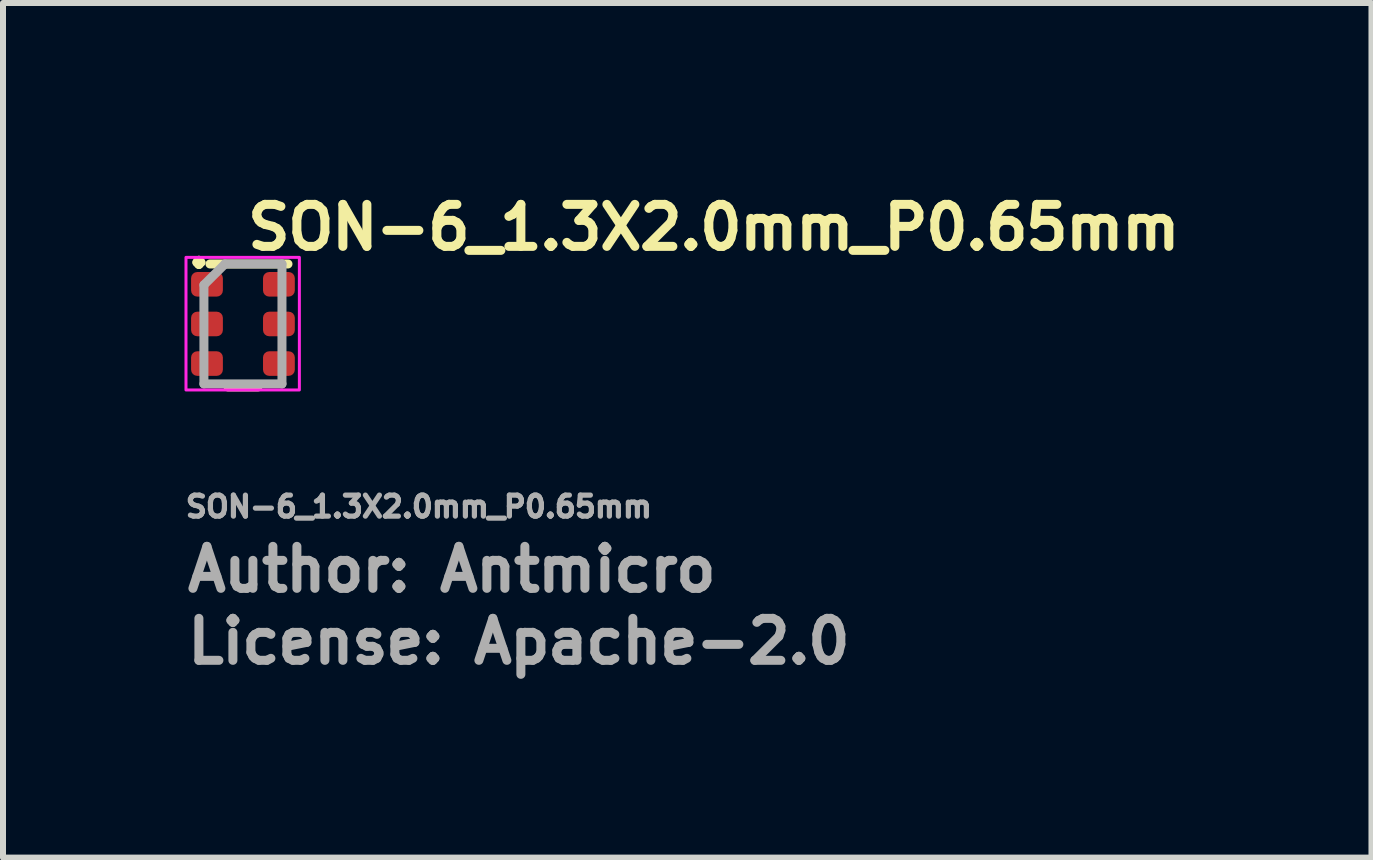
<source format=kicad_pcb>
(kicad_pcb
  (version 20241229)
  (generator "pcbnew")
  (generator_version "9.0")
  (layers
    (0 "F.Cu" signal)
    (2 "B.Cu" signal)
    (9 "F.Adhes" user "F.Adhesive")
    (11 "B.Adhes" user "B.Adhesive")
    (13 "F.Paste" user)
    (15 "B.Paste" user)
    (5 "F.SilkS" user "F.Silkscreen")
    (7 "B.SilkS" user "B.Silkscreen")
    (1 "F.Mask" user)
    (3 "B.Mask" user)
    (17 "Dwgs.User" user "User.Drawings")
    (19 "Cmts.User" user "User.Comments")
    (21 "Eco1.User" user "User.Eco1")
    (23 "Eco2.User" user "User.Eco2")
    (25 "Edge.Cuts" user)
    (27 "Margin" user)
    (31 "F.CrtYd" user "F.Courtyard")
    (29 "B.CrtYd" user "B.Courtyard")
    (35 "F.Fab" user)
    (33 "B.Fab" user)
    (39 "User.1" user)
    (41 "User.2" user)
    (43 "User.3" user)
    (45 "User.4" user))
  (footprint "SON-6_1.3X2.0mm_P0.65mm"
    (layer "F.Cu")
    (at 1 2.35)
    (property "Reference" "SON-6_1.3X2.0mm_P0.65mm" (at 0 -1.2 0) (unlocked yes) (layer "F.SilkS") (effects (font (size 0.7 0.7) (thickness 0.15)) (justify left bottom)))
    (attr smd)
    (fp_line (start -0.249 1.05) (end 0.249 1.05) (stroke (width 0.15) (type solid)) (layer "F.SilkS"))
    (fp_line (start 0.75 -1) (end -0.55 -1) (stroke (width 0.15) (type solid)) (layer "F.SilkS"))
    (fp_rect (start -0.95 1.1) (end 0.94 -1.11) (stroke (width 0.05) (type solid)) (fill no) (layer "F.CrtYd"))
    (fp_line (start -0.651 -0.651) (end -0.3 -1) (stroke (width 0.15) (type solid)) (layer "F.Fab"))
    (fp_line (start -0.651 0.999) (end -0.651 -0.651) (stroke (width 0.15) (type solid)) (layer "F.Fab"))
    (fp_line (start -0.3 -1) (end 0.65 -1) (stroke (width 0.15) (type solid)) (layer "F.Fab"))
    (fp_line (start 0.65 -1) (end 0.65 0.999) (stroke (width 0.15) (type solid)) (layer "F.Fab"))
    (fp_line (start 0.65 0.999) (end -0.651 0.999) (stroke (width 0.15) (type solid)) (layer "F.Fab"))
    (fp_line (start -0.648 -1.016) (end -0.648 1.016) (stroke (width 0.1) (type solid)) (layer "User.9"))
    (fp_line (start -0.648 1.016) (end 0.648 1.016) (stroke (width 0.1) (type solid)) (layer "User.9"))
    (fp_line (start -0.55 -0.65) (end -0.547 -0.635) (stroke (width 0.1) (type solid)) (layer "User.9"))
    (fp_line (start -0.547 -0.665) (end -0.55 -0.65) (stroke (width 0.1) (type solid)) (layer "User.9"))
    (fp_line (start -0.547 -0.635) (end -0.536 -0.623) (stroke (width 0.1) (type solid)) (layer "User.9"))
    (fp_line (start -0.536 -0.677) (end -0.547 -0.665) (stroke (width 0.1) (type solid)) (layer "User.9"))
    (fp_line (start -0.536 -0.623) (end -0.522 -0.618) (stroke (width 0.1) (type solid)) (layer "User.9"))
    (fp_line (start -0.522 -0.682) (end -0.536 -0.677) (stroke (width 0.1) (type solid)) (layer "User.9"))
    (fp_line (start -0.522 -0.618) (end -0.507 -0.62) (stroke (width 0.1) (type solid)) (layer "User.9"))
    (fp_line (start -0.507 -0.68) (end -0.522 -0.682) (stroke (width 0.1) (type solid)) (layer "User.9"))
    (fp_line (start -0.507 -0.62) (end -0.494 -0.629) (stroke (width 0.1) (type solid)) (layer "User.9"))
    (fp_line (start -0.494 -0.671) (end -0.507 -0.68) (stroke (width 0.1) (type solid)) (layer "User.9"))
    (fp_line (start -0.494 -0.629) (end -0.487 -0.642) (stroke (width 0.1) (type solid)) (layer "User.9"))
    (fp_line (start -0.487 -0.658) (end -0.494 -0.671) (stroke (width 0.1) (type solid)) (layer "User.9"))
    (fp_line (start -0.487 -0.642) (end -0.487 -0.658) (stroke (width 0.1) (type solid)) (layer "User.9"))
    (fp_line (start 0.648 -1.016) (end -0.648 -1.016) (stroke (width 0.1) (type solid)) (layer "User.9"))
    (fp_line (start 0.648 1.016) (end 0.648 -1.016) (stroke (width 0.1) (type solid)) (layer "User.9"))
    (fp_text user "." (at -1 -0.9 0) (unlocked yes) (layer "F.SilkS") (effects (font (size 0.7 0.7) (thickness 0.15)) (justify left bottom)))
    (fp_text user "${REFERENCE}" (at -1 3.25 0) (unlocked yes) (layer "F.Fab") (effects (font (size 0.35 0.35) (thickness 0.087)) (justify left bottom)))
    (fp_text user "License: Apache-2.0" (at -1 5.7 0) (layer "F.Fab") (effects (font (size 0.7 0.7) (thickness 0.15)) (justify left bottom)))
    (fp_text user "Author: Antmicro" (at -1 4.5 0) (layer "F.Fab") (effects (font (size 0.7 0.7) (thickness 0.15)) (justify left bottom)))
    (pad "1" smd roundrect (at -0.6 -0.661 90) (size 0.41 0.53) (layers "F.Cu" "F.Mask" "F.Paste") (roundrect_rratio 0.25))
    (pad "2" smd roundrect (at -0.6 0 90) (size 0.41 0.53) (layers "F.Cu" "F.Mask" "F.Paste") (roundrect_rratio 0.25))
    (pad "3" smd roundrect (at -0.6 0.66 90) (size 0.41 0.53) (layers "F.Cu" "F.Mask" "F.Paste") (roundrect_rratio 0.25))
    (pad "4" smd roundrect (at 0.599 0.66 90) (size 0.41 0.53) (layers "F.Cu" "F.Mask" "F.Paste") (roundrect_rratio 0.25))
    (pad "5" smd roundrect (at 0.599 0 90) (size 0.41 0.53) (layers "F.Cu" "F.Mask" "F.Paste") (roundrect_rratio 0.25))
    (pad "6" smd roundrect (at 0.599 -0.661 90) (size 0.41 0.53) (layers "F.Cu" "F.Mask" "F.Paste") (roundrect_rratio 0.25)))
  (gr_rect
    (start -3 -3)
    (end 19.81 11.245)
    (stroke (width 0.1) (type default))
    (fill no)
    (layer "Edge.Cuts")))
</source>
